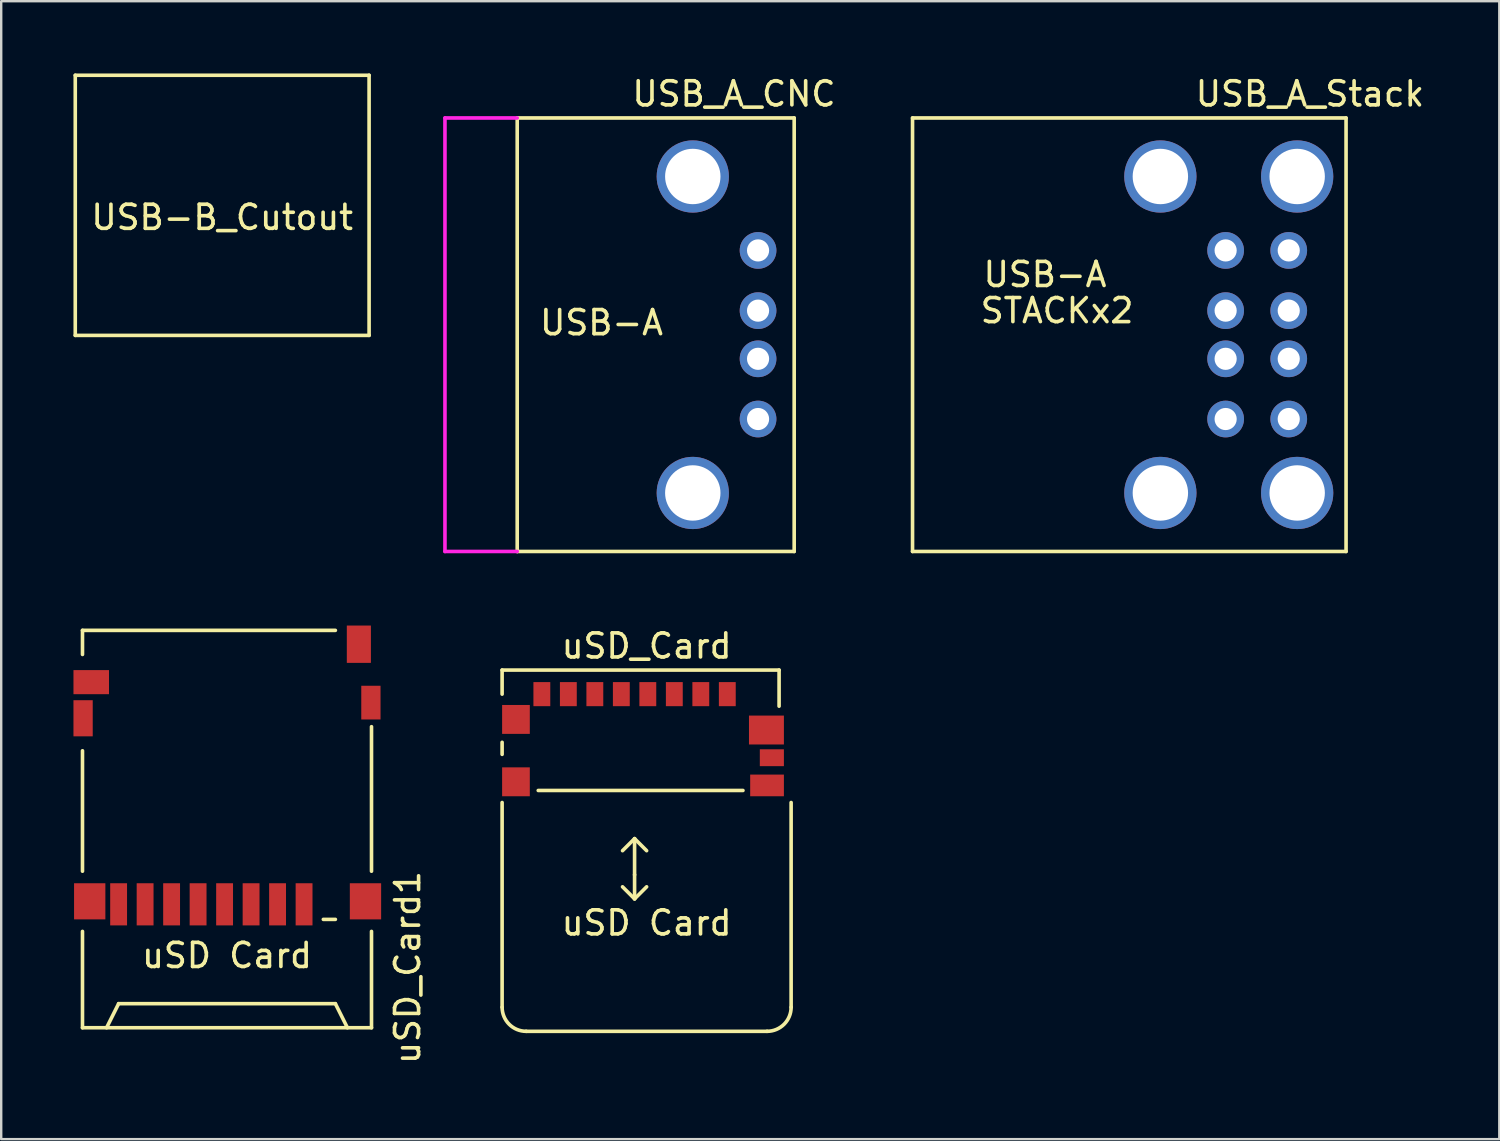
<source format=kicad_pcb>
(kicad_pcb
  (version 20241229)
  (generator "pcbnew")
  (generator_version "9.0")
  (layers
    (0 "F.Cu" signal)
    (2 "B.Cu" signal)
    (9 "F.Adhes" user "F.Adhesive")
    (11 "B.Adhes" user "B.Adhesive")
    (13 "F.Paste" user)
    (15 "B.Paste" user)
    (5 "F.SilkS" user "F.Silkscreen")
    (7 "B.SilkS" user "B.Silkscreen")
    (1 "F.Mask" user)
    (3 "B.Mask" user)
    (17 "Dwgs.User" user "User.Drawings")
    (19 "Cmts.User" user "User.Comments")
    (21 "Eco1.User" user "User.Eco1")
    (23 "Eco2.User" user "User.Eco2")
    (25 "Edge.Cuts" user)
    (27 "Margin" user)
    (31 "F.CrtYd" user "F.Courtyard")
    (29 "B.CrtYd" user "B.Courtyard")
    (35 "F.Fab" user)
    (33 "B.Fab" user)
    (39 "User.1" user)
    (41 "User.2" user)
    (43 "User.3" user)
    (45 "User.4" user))
  (footprint "USB-B_Cutout"
    (layer "F.Cu")
    (at 6.175 5.475)
    (property "Reference" "USB-B_Cutout" (at 0 0.5 0) (layer "F.SilkS") (effects (font (size 1 1) (thickness 0.15))))
    (attr through_hole)
    (fp_line (start -6.1 -5.4) (end -6.1 5.4) (stroke (width 0.15) (type solid)) (layer "F.SilkS"))
    (fp_line (start -6.1 5.4) (end 6.1 5.4) (stroke (width 0.15) (type solid)) (layer "F.SilkS"))
    (fp_line (start 6.1 -5.4) (end -6.1 -5.4) (stroke (width 0.15) (type solid)) (layer "F.SilkS"))
    (fp_line (start 6.1 5.4) (end 6.1 -5.4) (stroke (width 0.15) (type solid)) (layer "F.SilkS")))
  (footprint "USB_A_Stack"
    (layer "F.Cu")
    (at 47.839 10.848)
    (property "Reference" "USB_A_Stack" (at 3.5 -10 0) (layer "F.SilkS") (effects (font (size 1 1) (thickness 0.15))))
    (attr through_hole)
    (fp_line (start -13 -9) (end 5 -9) (stroke (width 0.15) (type solid)) (layer "F.SilkS"))
    (fp_line (start -13 9) (end -13 -9) (stroke (width 0.15) (type solid)) (layer "F.SilkS"))
    (fp_line (start 5 -9) (end 5 9) (stroke (width 0.15) (type solid)) (layer "F.SilkS"))
    (fp_line (start 5 9) (end -13 9) (stroke (width 0.15) (type solid)) (layer "F.SilkS"))
    (fp_text user "USB-A" (at -7.5 -2.5 0) (layer "F.SilkS") (effects (font (size 1 1) (thickness 0.15))))
    (fp_text user "STACKx2" (at -7 -1 0) (layer "F.SilkS") (effects (font (size 1 1) (thickness 0.15))))
    (pad "1" thru_hole circle (at 0 -3.5) (size 1.524 1.524) (drill 0.92) (layers "*.Cu" "*.Mask"))
    (pad "2" thru_hole circle (at 0 -1) (size 1.524 1.524) (drill 0.92) (layers "*.Cu" "*.Mask"))
    (pad "3" thru_hole circle (at 0 1) (size 1.524 1.524) (drill 0.92) (layers "*.Cu" "*.Mask"))
    (pad "4" thru_hole circle (at 0 3.5) (size 1.524 1.524) (drill 0.92) (layers "*.Cu" "*.Mask"))
    (pad "5" thru_hole circle (at 2.62 -3.5) (size 1.524 1.524) (drill 0.92) (layers "*.Cu" "*.Mask"))
    (pad "6" thru_hole circle (at 2.62 -1) (size 1.524 1.524) (drill 0.92) (layers "*.Cu" "*.Mask"))
    (pad "7" thru_hole circle (at 2.62 1) (size 1.524 1.524) (drill 0.92) (layers "*.Cu" "*.Mask"))
    (pad "8" thru_hole circle (at 2.62 3.5) (size 1.524 1.524) (drill 0.92) (layers "*.Cu" "*.Mask"))
    (pad "9" thru_hole circle (at -2.71 -6.57) (size 3 3) (drill 2.3) (layers "*.Cu" "*.Mask"))
    (pad "9" thru_hole circle (at -2.71 6.57) (size 3 3) (drill 2.3) (layers "*.Cu" "*.Mask"))
    (pad "9" thru_hole circle (at 2.97 -6.57) (size 3 3) (drill 2.3) (layers "*.Cu" "*.Mask"))
    (pad "9" thru_hole circle (at 2.97 6.57) (size 3 3) (drill 2.3) (layers "*.Cu" "*.Mask")))
  (footprint "USB_A_CNC"
    (layer "F.Cu")
    (at 28.425 10.848)
    (property "Reference" "USB_A_CNC" (at -1 -10 0) (layer "F.SilkS") (effects (font (size 1 1) (thickness 0.15))))
    (attr through_hole)
    (fp_line (start -10 -9) (end 1.5 -9) (stroke (width 0.15) (type solid)) (layer "F.SilkS"))
    (fp_line (start -10 9) (end -10 -9) (stroke (width 0.15) (type solid)) (layer "F.SilkS"))
    (fp_line (start 1.5 -9) (end 1.5 9) (stroke (width 0.15) (type solid)) (layer "F.SilkS"))
    (fp_line (start 1.5 9) (end -10 9) (stroke (width 0.15) (type solid)) (layer "F.SilkS"))
    (fp_line (start -13 -9) (end -10 -9) (stroke (width 0.15) (type solid)) (layer "F.CrtYd"))
    (fp_line (start -13 9) (end -13 -9) (stroke (width 0.15) (type solid)) (layer "F.CrtYd"))
    (fp_line (start -13 9) (end -10 9) (stroke (width 0.15) (type solid)) (layer "F.CrtYd"))
    (fp_text user "USB-A" (at -6.5 -0.5 0) (layer "F.SilkS") (effects (font (size 1 1) (thickness 0.15))))
    (pad "1" thru_hole circle (at 0 -3.5) (size 1.524 1.524) (drill 0.92) (layers "*.Cu" "*.Mask"))
    (pad "2" thru_hole circle (at 0 -1) (size 1.524 1.524) (drill 0.92) (layers "*.Cu" "*.Mask"))
    (pad "3" thru_hole circle (at 0 1) (size 1.524 1.524) (drill 0.92) (layers "*.Cu" "*.Mask"))
    (pad "4" thru_hole circle (at 0 3.5) (size 1.524 1.524) (drill 0.92) (layers "*.Cu" "*.Mask"))
    (pad "5" thru_hole circle (at -2.71 -6.57) (size 3 3) (drill 2.3) (layers "*.Cu" "*.Mask"))
    (pad "5" thru_hole circle (at -2.71 6.57) (size 3 3) (drill 2.3) (layers "*.Cu" "*.Mask")))
  (footprint "uSD_Card1"
    (layer "F.Cu")
    (at 1.875 33.623)
    (property "Reference" "uSD_Card1" (at 12 3.5 90) (layer "F.SilkS") (effects (font (size 1 1) (thickness 0.15))))
    (attr through_hole)
    (fp_line (start -1.5 -10.5) (end -1.5 -9.5) (stroke (width 0.15) (type solid)) (layer "F.SilkS"))
    (fp_line (start -1.5 -5.5) (end -1.5 -0.5) (stroke (width 0.15) (type solid)) (layer "F.SilkS"))
    (fp_line (start -1.5 2) (end -1.5 6) (stroke (width 0.15) (type solid)) (layer "F.SilkS"))
    (fp_line (start 0 5) (end -0.5 6) (stroke (width 0.15) (type solid)) (layer "F.SilkS"))
    (fp_line (start 8.5 1.5) (end 9 1.5) (stroke (width 0.15) (type solid)) (layer "F.SilkS"))
    (fp_line (start 9 -10.5) (end -1.5 -10.5) (stroke (width 0.15) (type solid)) (layer "F.SilkS"))
    (fp_line (start 9 5) (end 0 5) (stroke (width 0.15) (type solid)) (layer "F.SilkS"))
    (fp_line (start 9.5 6) (end 9 5) (stroke (width 0.15) (type solid)) (layer "F.SilkS"))
    (fp_line (start 10.5 -0.5) (end 10.5 -6.5) (stroke (width 0.15) (type solid)) (layer "F.SilkS"))
    (fp_line (start 10.5 6) (end -1.5 6) (stroke (width 0.15) (type solid)) (layer "F.SilkS"))
    (fp_line (start 10.5 6) (end 10.5 2) (stroke (width 0.15) (type solid)) (layer "F.SilkS"))
    (fp_text user "uSD Card" (at 4.5 3 0) (layer "F.SilkS") (effects (font (size 1 1) (thickness 0.15))))
    (pad "1" smd rect (at 7.7 0.875) (size 0.7 1.75) (layers "F.Cu" "F.Mask" "F.Paste"))
    (pad "2" smd rect (at 6.6 0.875) (size 0.7 1.75) (layers "F.Cu" "F.Mask" "F.Paste"))
    (pad "3" smd rect (at 5.5 0.875) (size 0.7 1.75) (layers "F.Cu" "F.Mask" "F.Paste"))
    (pad "4" smd rect (at 4.4 0.875) (size 0.7 1.75) (layers "F.Cu" "F.Mask" "F.Paste"))
    (pad "5" smd rect (at 3.3 0.875) (size 0.7 1.75) (layers "F.Cu" "F.Mask" "F.Paste"))
    (pad "6" smd rect (at 2.2 0.875) (size 0.7 1.75) (layers "F.Cu" "F.Mask" "F.Paste"))
    (pad "7" smd rect (at 1.1 0.875) (size 0.7 1.75) (layers "F.Cu" "F.Mask" "F.Paste"))
    (pad "8" smd rect (at 0 0.875) (size 0.7 1.75) (layers "F.Cu" "F.Mask" "F.Paste"))
    (pad "CD1" smd rect (at -1.137 -8.35) (size 1.475 1) (layers "F.Cu" "F.Mask" "F.Paste"))
    (pad "CD2" smd rect (at 9.975 -9.925) (size 1 1.55) (layers "F.Cu" "F.Mask" "F.Paste"))
    (pad "S" smd rect (at -1.475 -6.85) (size 0.8 1.5) (layers "F.Cu" "F.Mask" "F.Paste"))
    (pad "S" smd rect (at -1.2 0.75) (size 1.3 1.5) (layers "F.Cu" "F.Mask" "F.Paste"))
    (pad "S" smd rect (at 10.25 0.75) (size 1.3 1.5) (layers "F.Cu" "F.Mask" "F.Paste"))
    (pad "S" smd rect (at 10.475 -7.5) (size 0.8 1.4) (layers "F.Cu" "F.Mask" "F.Paste")))
  (footprint "uSD_Card"
    (layer "F.Cu")
    (at 23.298 25.771)
    (property "Reference" "uSD_Card" (at 0.5 -2 0) (layer "F.SilkS") (effects (font (size 1 1) (thickness 0.15))))
    (attr through_hole)
    (fp_line (start -5.5 -1) (end -5.5 0) (stroke (width 0.15) (type solid)) (layer "F.SilkS"))
    (fp_line (start -5.5 2.5) (end -5.5 2) (stroke (width 0.15) (type solid)) (layer "F.SilkS"))
    (fp_line (start -5.5 4.5) (end -5.5 13) (stroke (width 0.15) (type solid)) (layer "F.SilkS"))
    (fp_line (start -4.5 14) (end 5.5 14) (stroke (width 0.15) (type solid)) (layer "F.SilkS"))
    (fp_line (start 0 6) (end -0.5 6.5) (stroke (width 0.15) (type solid)) (layer "F.SilkS"))
    (fp_line (start 0 6) (end 0.5 6.5) (stroke (width 0.15) (type solid)) (layer "F.SilkS"))
    (fp_line (start 0 7.5) (end 0 6) (stroke (width 0.15) (type solid)) (layer "F.SilkS"))
    (fp_line (start 0 7.5) (end 0 8.5) (stroke (width 0.15) (type solid)) (layer "F.SilkS"))
    (fp_line (start 0 8.5) (end -0.5 8) (stroke (width 0.15) (type solid)) (layer "F.SilkS"))
    (fp_line (start 0 8.5) (end 0.5 8) (stroke (width 0.15) (type solid)) (layer "F.SilkS"))
    (fp_line (start 4.5 4) (end -4 4) (stroke (width 0.15) (type solid)) (layer "F.SilkS"))
    (fp_line (start 6 -1) (end -5.5 -1) (stroke (width 0.15) (type solid)) (layer "F.SilkS"))
    (fp_line (start 6 -1) (end 6 0.5) (stroke (width 0.15) (type solid)) (layer "F.SilkS"))
    (fp_line (start 6.5 13) (end 6.5 4.5) (stroke (width 0.15) (type solid)) (layer "F.SilkS"))
    (fp_arc (start -4.5 14) (mid -5.207107 13.707107) (end -5.5 13) (stroke (width 0.15) (type solid)) (layer "F.SilkS"))
    (fp_arc (start 6.5 13) (mid 6.207107 13.707107) (end 5.5 14) (stroke (width 0.15) (type solid)) (layer "F.SilkS"))
    (fp_text user "uSD Card" (at 0.5 9.5 0) (layer "F.SilkS") (effects (font (size 1 1) (thickness 0.15))))
    (pad "1" smd rect (at 3.85 0) (size 0.7 1) (layers "F.Cu" "F.Mask" "F.Paste"))
    (pad "2" smd rect (at 2.75 0) (size 0.7 1) (layers "F.Cu" "F.Mask" "F.Paste"))
    (pad "3" smd rect (at 1.65 0) (size 0.7 1) (layers "F.Cu" "F.Mask" "F.Paste"))
    (pad "4" smd rect (at 0.55 0) (size 0.7 1) (layers "F.Cu" "F.Mask" "F.Paste"))
    (pad "5" smd rect (at -0.55 0) (size 0.7 1) (layers "F.Cu" "F.Mask" "F.Paste"))
    (pad "6" smd rect (at -1.65 0) (size 0.7 1) (layers "F.Cu" "F.Mask" "F.Paste"))
    (pad "7" smd rect (at -2.75 0) (size 0.7 1) (layers "F.Cu" "F.Mask" "F.Paste"))
    (pad "8" smd rect (at -3.85 0) (size 0.7 1) (layers "F.Cu" "F.Mask" "F.Paste"))
    (pad "9" smd rect (at -4.925 1.05) (size 1.15 1.2) (layers "F.Cu" "F.Mask" "F.Paste"))
    (pad "9" smd rect (at -4.925 3.64) (size 1.15 1.2) (layers "F.Cu" "F.Mask" "F.Paste"))
    (pad "9" smd rect (at 5.475 1.49) (size 1.45 1.2) (layers "F.Cu" "F.Mask" "F.Paste"))
    (pad "9" smd rect (at 5.5 3.79) (size 1.4 0.9) (layers "F.Cu" "F.Mask" "F.Paste"))
    (pad "9" smd rect (at 5.7 2.64) (size 1 0.7) (layers "F.Cu" "F.Mask" "F.Paste")))
  (gr_rect
    (start -3 -3)
    (end 59.202 44.248)
    (stroke (width 0.1) (type default))
    (fill no)
    (layer "Edge.Cuts")))
</source>
